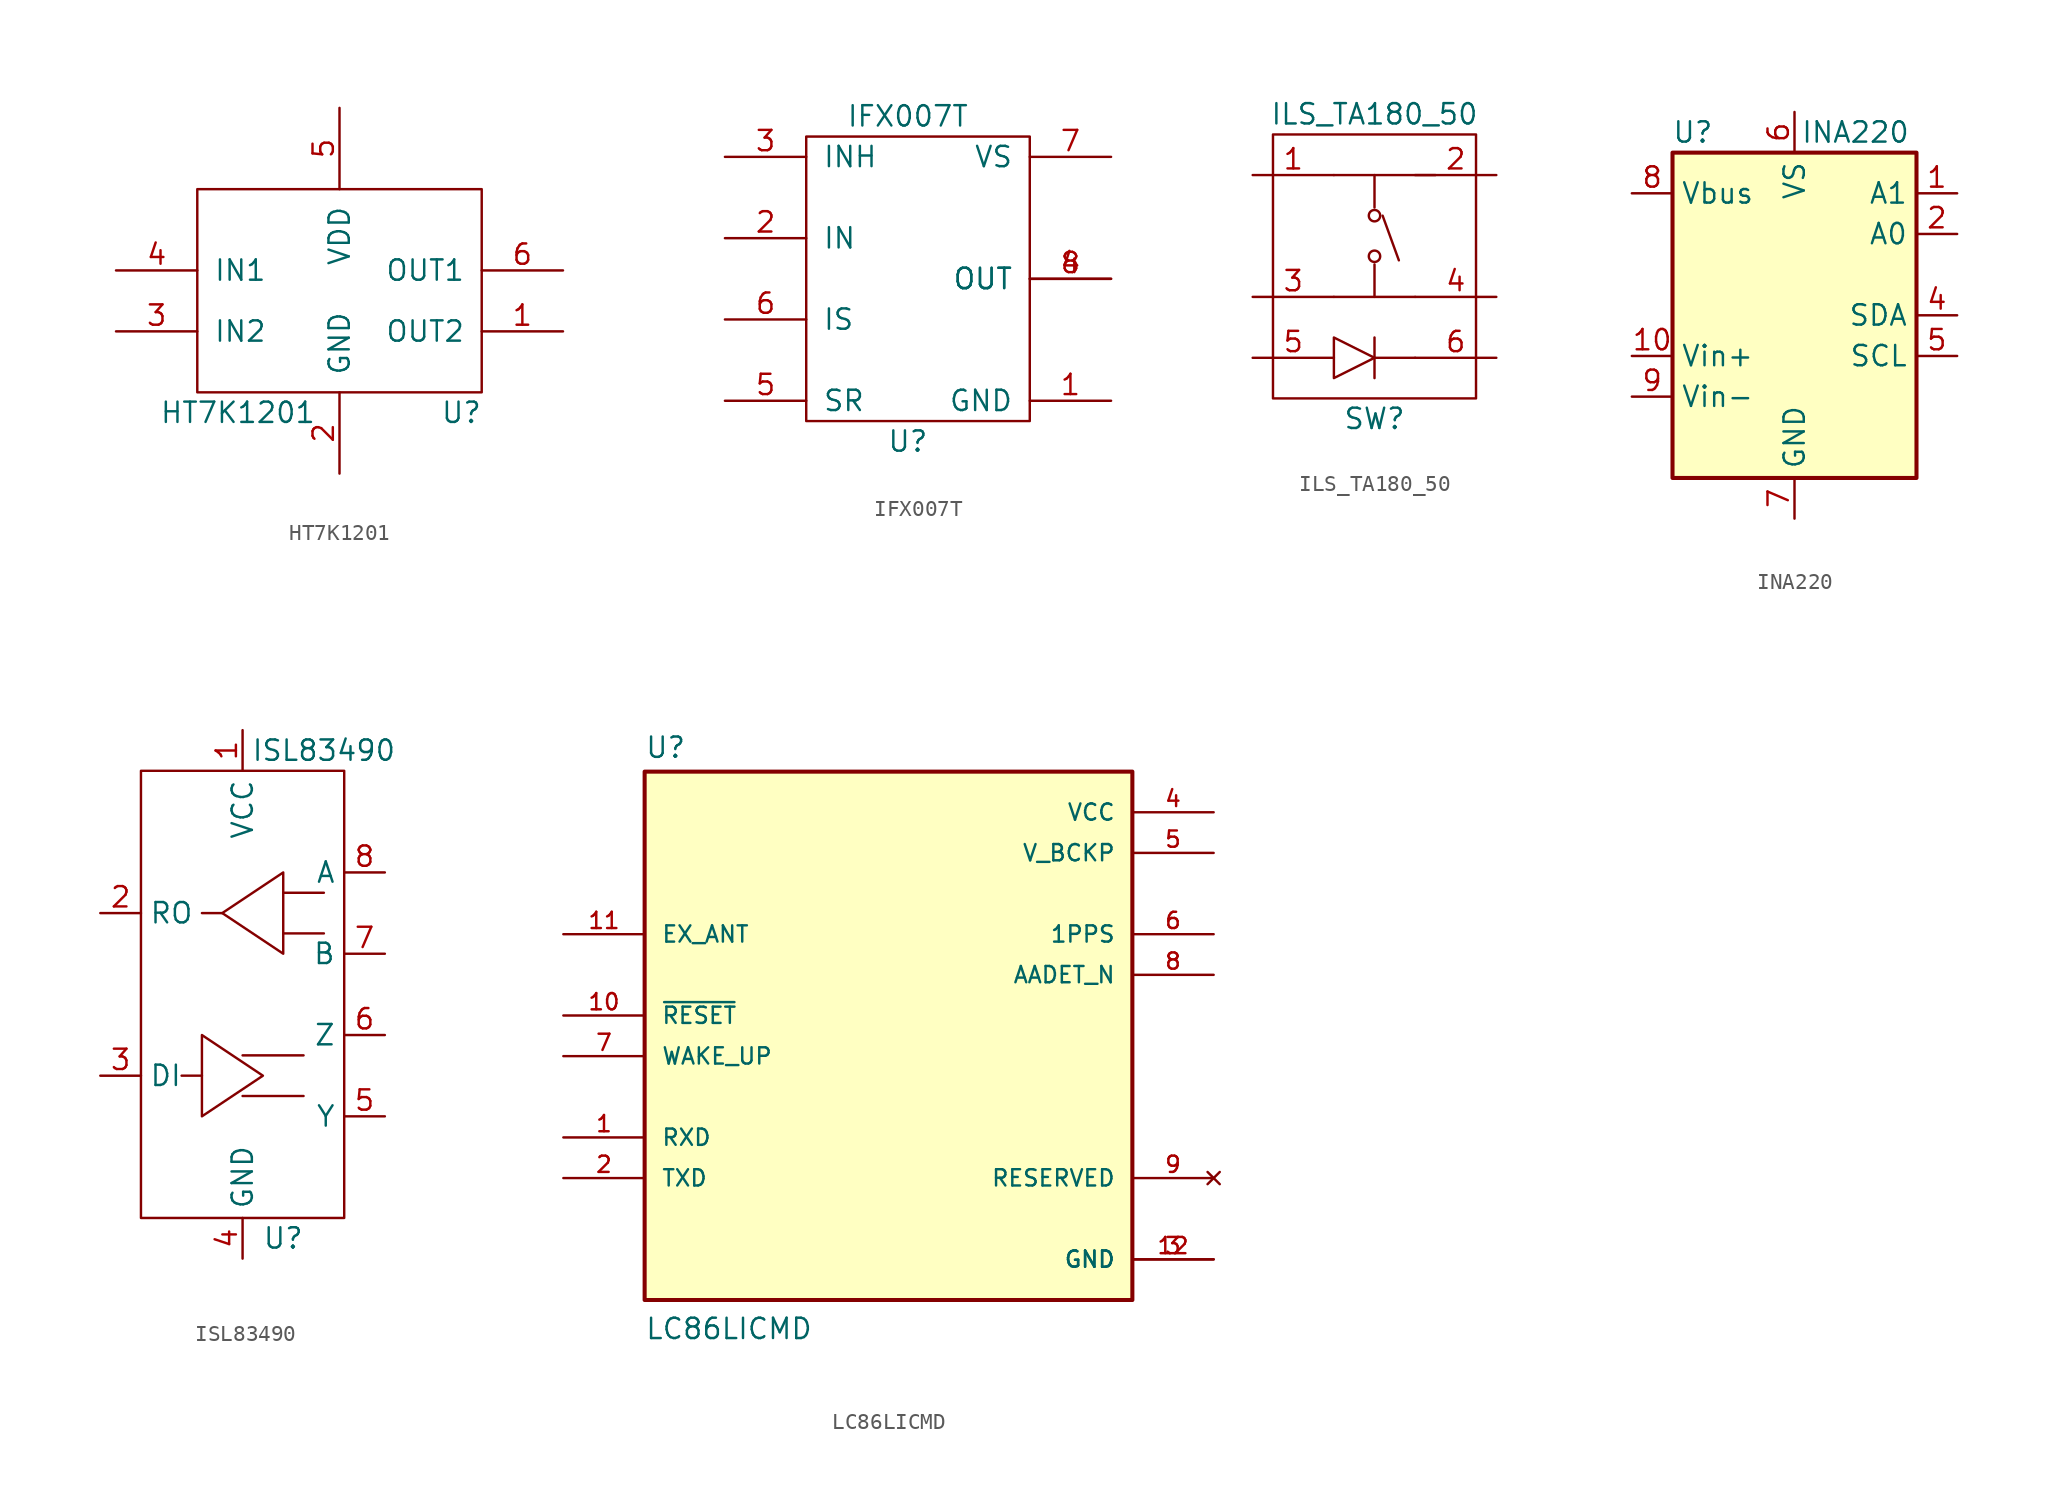
<source format=kicad_sym>
(kicad_symbol_lib
  (version 20231120)
  (generator "kicad_symbol_editor")
  (generator_version "8.0")
  (symbol "HT7K1201"
    (pin_names
      (offset 1.016))
    (property "Reference" "U"
      (at 7.62 -7.62 0)
      (effects (font (size 1.27 1.27))))
    (property "Value" "HT7K1201"
      (at -6.35 -7.62 0)
      (effects (font (size 1.27 1.27))))
    (symbol "HT7K1201_0_1"
      (rectangle (start -8.89 6.35) (end 8.89 -6.35) (stroke (width 0) (type default)) (fill (type none))))
    (symbol "HT7K1201_1_1"
      (pin output line (at 13.97 -2.54 180) (length 5.08) (name "OUT2" (effects (font (size 1.27 1.27)))) (number "1" (effects (font (size 1.27 1.27)))))
      (pin power_in line (at 0 -11.43 90) (length 5.08) (name "GND" (effects (font (size 1.27 1.27)))) (number "2" (effects (font (size 1.27 1.27)))))
      (pin input line (at -13.97 -2.54 0) (length 5.08) (name "IN2" (effects (font (size 1.27 1.27)))) (number "3" (effects (font (size 1.27 1.27)))))
      (pin input line (at -13.97 1.27 0) (length 5.08) (name "IN1" (effects (font (size 1.27 1.27)))) (number "4" (effects (font (size 1.27 1.27)))))
      (pin power_in line (at 0 11.43 270) (length 5.08) (name "VDD" (effects (font (size 1.27 1.27)))) (number "5" (effects (font (size 1.27 1.27)))))
      (pin output line (at 13.97 1.27 180) (length 5.08) (name "OUT1" (effects (font (size 1.27 1.27)))) (number "6" (effects (font (size 1.27 1.27)))))))
  (symbol "IFX007T"
    (pin_names
      (offset 1.016))
    (property "Reference" "U"
      (at -1.27 -11.43 0)
      (effects (font (size 1.27 1.27))))
    (property "Value" "IFX007T"
      (at -1.27 8.89 0)
      (effects (font (size 1.27 1.27))))
    (symbol "IFX007T_0_1"
      (rectangle (start -7.62 7.62) (end 6.35 -10.16) (stroke (width 0) (type default)) (fill (type none))))
    (symbol "IFX007T_1_1"
      (pin power_in line (at 11.43 -8.89 180) (length 5.08) (name "GND" (effects (font (size 1.27 1.27)))) (number "1" (effects (font (size 1.27 1.27)))))
      (pin input line (at -12.7 1.27 0) (length 5.08) (name "IN" (effects (font (size 1.27 1.27)))) (number "2" (effects (font (size 1.27 1.27)))))
      (pin input line (at -12.7 6.35 0) (length 5.08) (name "INH" (effects (font (size 1.27 1.27)))) (number "3" (effects (font (size 1.27 1.27)))))
      (pin output line (at 11.43 -1.27 180) (length 5.08) (name "OUT" (effects (font (size 1.27 1.27)))) (number "4" (effects (font (size 1.27 1.27)))))
      (pin input line (at -12.7 -8.89 0) (length 5.08) (name "SR" (effects (font (size 1.27 1.27)))) (number "5" (effects (font (size 1.27 1.27)))))
      (pin input line (at -12.7 -3.81 0) (length 5.08) (name "IS" (effects (font (size 1.27 1.27)))) (number "6" (effects (font (size 1.27 1.27)))))
      (pin power_in line (at 11.43 6.35 180) (length 5.08) (name "VS" (effects (font (size 1.27 1.27)))) (number "7" (effects (font (size 1.27 1.27)))))
      (pin bidirectional line (at 11.43 -1.27 180) (length 5.08) (name "OUT" (effects (font (size 1.27 1.27)))) (number "8" (effects (font (size 1.27 1.27)))))))
  (symbol "ILS_TA180_50"
    (pin_names
      (offset 1.016))
    (property "Reference" "SW"
      (at 0 -12.7 0)
      (effects (font (size 1.27 1.27))))
    (property "Value" "ILS_TA180_50"
      (at 0 6.35 0)
      (effects (font (size 1.27 1.27))))
    (symbol "ILS_TA180_50_0_1"
      (rectangle (start -6.35 5.08) (end 6.35 -11.43) (stroke (width 0) (type default)) (fill (type none)))
      (circle (center 0 -2.54) (radius 0.356) (stroke (width 0) (type default)) (fill (type none)))
      (polyline (pts (xy -2.54 -5.08) (xy 2.54 -5.08)) (stroke (width 0) (type default)) (fill (type none)))
      (polyline (pts (xy 0 -7.62) (xy 0 -10.16)) (stroke (width 0) (type default)) (fill (type none)))
      (polyline (pts (xy 0 -3.048) (xy 0 -5.08)) (stroke (width 0) (type default)) (fill (type none)))
      (polyline (pts (xy 0 0.508) (xy 0 2.54)) (stroke (width 0) (type default)) (fill (type none)))
      (polyline (pts (xy 0.508 0) (xy 1.524 -2.794)) (stroke (width 0) (type default)) (fill (type none)))
      (polyline (pts (xy 2.54 -8.89) (xy 0 -8.89)) (stroke (width 0) (type default)) (fill (type none)))
      (polyline (pts (xy 3.81 2.54) (xy -2.54 2.54)) (stroke (width 0) (type default)) (fill (type none)))
      (polyline (pts (xy -2.54 -7.62) (xy -2.54 -10.16) (xy 0 -8.89) (xy -2.54 -7.62)) (stroke (width 0) (type default)) (fill (type none)))
      (circle (center 0 0) (radius 0.356) (stroke (width 0) (type default)) (fill (type none))))
    (symbol "ILS_TA180_50_1_1"
      (pin bidirectional line (at -7.62 2.54 0) (length 5.08) (name "~" (effects (font (size 1.27 1.27)))) (number "1" (effects (font (size 1.27 1.27)))))
      (pin bidirectional line (at 7.62 2.54 180) (length 5.08) (name "~" (effects (font (size 1.27 1.27)))) (number "2" (effects (font (size 1.27 1.27)))))
      (pin bidirectional line (at -7.62 -5.08 0) (length 5.08) (name "~" (effects (font (size 1.27 1.27)))) (number "3" (effects (font (size 1.27 1.27)))))
      (pin bidirectional line (at 7.62 -5.08 180) (length 5.08) (name "~" (effects (font (size 1.27 1.27)))) (number "4" (effects (font (size 1.27 1.27)))))
      (pin input line (at -7.62 -8.89 0) (length 5.08) (name "~" (effects (font (size 1.27 1.27)))) (number "5" (effects (font (size 1.27 1.27)))))
      (pin input line (at 7.62 -8.89 180) (length 5.08) (name "~" (effects (font (size 1.27 1.27)))) (number "6" (effects (font (size 1.27 1.27)))))))
  (symbol "INA220"
    (property "Reference" "U"
      (at -6.35 11.43 0)
      (effects (font (size 1.27 1.27))))
    (property "Value" "INA220"
      (at 3.81 11.43 0)
      (effects (font (size 1.27 1.27))))
    (symbol "INA220_0_1"
      (rectangle (start 7.62 10.16) (end -7.62 -10.16) (stroke (width 0.254) (type default)) (fill (type background))))
    (symbol "INA220_1_1"
      (pin input line (at 10.16 7.62 180) (length 2.54) (name "A1" (effects (font (size 1.27 1.27)))) (number "1" (effects (font (size 1.27 1.27)))))
      (pin input line (at -10.16 -2.54 0) (length 2.54) (name "Vin+" (effects (font (size 1.27 1.27)))) (number "10" (effects (font (size 1.27 1.27)))))
      (pin input line (at 10.16 5.08 180) (length 2.54) (name "A0" (effects (font (size 1.27 1.27)))) (number "2" (effects (font (size 1.27 1.27)))))
      (pin bidirectional line (at 10.16 0 180) (length 2.54) (name "SDA" (effects (font (size 1.27 1.27)))) (number "4" (effects (font (size 1.27 1.27)))))
      (pin input line (at 10.16 -2.54 180) (length 2.54) (name "SCL" (effects (font (size 1.27 1.27)))) (number "5" (effects (font (size 1.27 1.27)))))
      (pin power_in line (at 0 12.7 270) (length 2.54) (name "VS" (effects (font (size 1.27 1.27)))) (number "6" (effects (font (size 1.27 1.27)))))
      (pin power_in line (at 0 -12.7 90) (length 2.54) (name "GND" (effects (font (size 1.27 1.27)))) (number "7" (effects (font (size 1.27 1.27)))))
      (pin input line (at -10.16 7.62 0) (length 2.54) (name "Vbus" (effects (font (size 1.27 1.27)))) (number "8" (effects (font (size 1.27 1.27)))))
      (pin input line (at -10.16 -5.08 0) (length 2.54) (name "Vin-" (effects (font (size 1.27 1.27)))) (number "9" (effects (font (size 1.27 1.27)))))))
  (symbol "ISL83490"
    (property "Reference" "U"
      (at 2.54 -15.24 0)
      (effects (font (size 1.27 1.27))))
    (property "Value" "ISL83490"
      (at 5.08 15.24 0)
      (effects (font (size 1.27 1.27))))
    (symbol "ISL83490_0_1"
      (rectangle (start -6.35 13.97) (end 6.35 -13.97) (stroke (width 0.152) (type default)) (fill (type none)))
      (polyline (pts (xy -2.54 -5.08) (xy -3.81 -5.08)) (stroke (width 0.152) (type default)) (fill (type none)))
      (polyline (pts (xy -1.27 5.08) (xy -2.54 5.08)) (stroke (width 0.152) (type default)) (fill (type none)))
      (polyline (pts (xy 2.54 3.81) (xy 5.08 3.81)) (stroke (width 0.152) (type default)) (fill (type none)))
      (polyline (pts (xy 2.54 6.35) (xy 5.08 6.35)) (stroke (width 0.152) (type default)) (fill (type none)))
      (polyline (pts (xy 3.81 -6.35) (xy 0 -6.35)) (stroke (width 0.152) (type default)) (fill (type none)))
      (polyline (pts (xy 3.81 -3.81) (xy 0 -3.81)) (stroke (width 0.152) (type default)) (fill (type none)))
      (polyline (pts (xy -2.54 -2.54) (xy -2.54 -7.62) (xy 1.27 -5.08) (xy -2.54 -2.54)) (stroke (width 0.152) (type default)) (fill (type none)))
      (polyline (pts (xy 2.54 7.62) (xy 2.54 2.54) (xy -1.27 5.08) (xy 2.54 7.62)) (stroke (width 0.152) (type default)) (fill (type none))))
    (symbol "ISL83490_1_1"
      (pin power_in line (at 0 16.51 270) (length 2.54) (name "VCC" (effects (font (size 1.27 1.27)))) (number "1" (effects (font (size 1.27 1.27)))))
      (pin output line (at -8.89 5.08 0) (length 2.54) (name "RO" (effects (font (size 1.27 1.27)))) (number "2" (effects (font (size 1.27 1.27)))))
      (pin input line (at -8.89 -5.08 0) (length 2.54) (name "DI" (effects (font (size 1.27 1.27)))) (number "3" (effects (font (size 1.27 1.27)))))
      (pin power_in line (at 0 -16.51 90) (length 2.54) (name "GND" (effects (font (size 1.27 1.27)))) (number "4" (effects (font (size 1.27 1.27)))))
      (pin output line (at 8.89 -7.62 180) (length 2.54) (name "Y" (effects (font (size 1.27 1.27)))) (number "5" (effects (font (size 1.27 1.27)))))
      (pin output line (at 8.89 -2.54 180) (length 2.54) (name "Z" (effects (font (size 1.27 1.27)))) (number "6" (effects (font (size 1.27 1.27)))))
      (pin input line (at 8.89 2.54 180) (length 2.54) (name "B" (effects (font (size 1.27 1.27)))) (number "7" (effects (font (size 1.27 1.27)))))
      (pin input line (at 8.89 7.62 180) (length 2.54) (name "A" (effects (font (size 1.27 1.27)))) (number "8" (effects (font (size 1.27 1.27)))))))
  (symbol "LC86LICMD"
    (pin_names
      (offset 1.016))
    (property "Reference" "U"
      (at -15.24 16.002 0)
      (effects (font (size 1.27 1.27)) (justify left bottom)))
    (property "Value" "LC86LICMD"
      (at -15.24 -20.32 0)
      (effects (font (size 1.27 1.27)) (justify left bottom)))
    (symbol "LC86LICMD_0_0"
      (rectangle (start -15.24 -17.78) (end 15.24 15.24) (stroke (width 0.254) (type default)) (fill (type background)))
      (pin input line (at -20.32 -7.62 0) (length 5.08) (name "RXD" (effects (font (size 1.016 1.016)))) (number "1" (effects (font (size 1.016 1.016)))))
      (pin input line (at -20.32 0 0) (length 5.08) (name "~{RESET}" (effects (font (size 1.016 1.016)))) (number "10" (effects (font (size 1.016 1.016)))))
      (pin input line (at -20.32 5.08 0) (length 5.08) (name "EX_ANT" (effects (font (size 1.016 1.016)))) (number "11" (effects (font (size 1.016 1.016)))))
      (pin power_in line (at 20.32 -15.24 180) (length 5.08) (name "GND" (effects (font (size 1.016 1.016)))) (number "12" (effects (font (size 1.016 1.016)))))
      (pin output line (at -20.32 -10.16 0) (length 5.08) (name "TXD" (effects (font (size 1.016 1.016)))) (number "2" (effects (font (size 1.016 1.016)))))
      (pin power_in line (at 20.32 -15.24 180) (length 5.08) (name "GND" (effects (font (size 1.016 1.016)))) (number "3" (effects (font (size 1.016 1.016)))))
      (pin power_in line (at 20.32 12.7 180) (length 5.08) (name "VCC" (effects (font (size 1.016 1.016)))) (number "4" (effects (font (size 1.016 1.016)))))
      (pin power_in line (at 20.32 10.16 180) (length 5.08) (name "V_BCKP" (effects (font (size 1.016 1.016)))) (number "5" (effects (font (size 1.016 1.016)))))
      (pin output line (at 20.32 5.08 180) (length 5.08) (name "1PPS" (effects (font (size 1.016 1.016)))) (number "6" (effects (font (size 1.016 1.016)))))
      (pin input line (at -20.32 -2.54 0) (length 5.08) (name "WAKE_UP" (effects (font (size 1.016 1.016)))) (number "7" (effects (font (size 1.016 1.016)))))
      (pin output line (at 20.32 2.54 180) (length 5.08) (name "AADET_N" (effects (font (size 1.016 1.016)))) (number "8" (effects (font (size 1.016 1.016)))))
      (pin no_connect line (at 20.32 -10.16 180) (length 5.08) (name "RESERVED" (effects (font (size 1.016 1.016)))) (number "9" (effects (font (size 1.016 1.016))))))))
</source>
